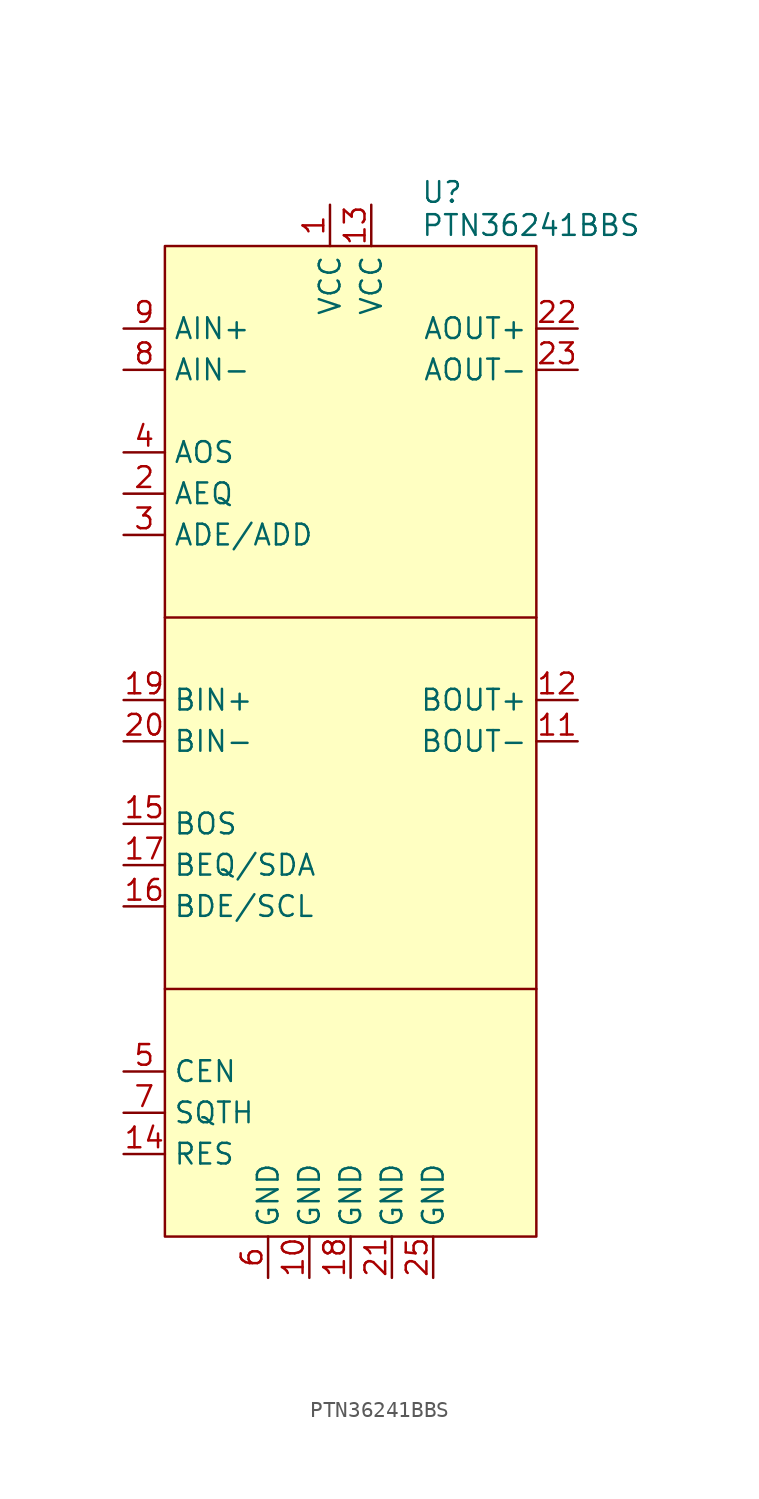
<source format=kicad_sym>
(kicad_symbol_lib
  (version 20231120)
  (generator "kicad_symbol_editor")
  (generator_version "8.0")
  (symbol "PTN36241BBS"
    (property "Reference" "U"
      (at 4.318 32.512 0)
      (effects (font (size 1.27 1.27)) (justify left)))
    (property "Value" "PTN36241BBS"
      (at 4.318 30.48 0)
      (effects (font (size 1.27 1.27)) (justify left)))
    (symbol "PTN36241BBS_0_1"
      (polyline (pts (xy -11.43 -16.51) (xy 11.43 -16.51)) (stroke (width 0) (type default)) (fill (type none)))
      (polyline (pts (xy -11.43 6.35) (xy 11.43 6.35)) (stroke (width 0) (type default)) (fill (type none))))
    (symbol "PTN36241BBS_1_1"
      (rectangle (start -11.43 29.21) (end 11.43 -31.75) (stroke (width 0) (type default)) (fill (type background)))
      (pin power_in line (at -1.27 31.75 270) (length 2.54) (name "VCC" (effects (font (size 1.27 1.27)))) (number "1" (effects (font (size 1.27 1.27)))))
      (pin power_in line (at -2.54 -34.29 90) (length 2.54) (name "GND" (effects (font (size 1.27 1.27)))) (number "10" (effects (font (size 1.27 1.27)))))
      (pin output line (at 13.97 -1.27 180) (length 2.54) (name "BOUT-" (effects (font (size 1.27 1.27)))) (number "11" (effects (font (size 1.27 1.27)))))
      (pin output line (at 13.97 1.27 180) (length 2.54) (name "BOUT+" (effects (font (size 1.27 1.27)))) (number "12" (effects (font (size 1.27 1.27)))))
      (pin power_in line (at 1.27 31.75 270) (length 2.54) (name "VCC" (effects (font (size 1.27 1.27)))) (number "13" (effects (font (size 1.27 1.27)))))
      (pin input line (at -13.97 -26.67 0) (length 2.54) (name "RES" (effects (font (size 1.27 1.27)))) (number "14" (effects (font (size 1.27 1.27)))))
      (pin input line (at -13.97 -6.35 0) (length 2.54) (name "BOS" (effects (font (size 1.27 1.27)))) (number "15" (effects (font (size 1.27 1.27)))))
      (pin input line (at -13.97 -11.43 0) (length 2.54) (name "BDE/SCL" (effects (font (size 1.27 1.27)))) (number "16" (effects (font (size 1.27 1.27)))))
      (pin input line (at -13.97 -8.89 0) (length 2.54) (name "BEQ/SDA" (effects (font (size 1.27 1.27)))) (number "17" (effects (font (size 1.27 1.27)))))
      (pin power_in line (at 0 -34.29 90) (length 2.54) (name "GND" (effects (font (size 1.27 1.27)))) (number "18" (effects (font (size 1.27 1.27)))))
      (pin input line (at -13.97 1.27 0) (length 2.54) (name "BIN+" (effects (font (size 1.27 1.27)))) (number "19" (effects (font (size 1.27 1.27)))))
      (pin input line (at -13.97 13.97 0) (length 2.54) (name "AEQ" (effects (font (size 1.27 1.27)))) (number "2" (effects (font (size 1.27 1.27)))))
      (pin input line (at -13.97 -1.27 0) (length 2.54) (name "BIN-" (effects (font (size 1.27 1.27)))) (number "20" (effects (font (size 1.27 1.27)))))
      (pin power_in line (at 2.54 -34.29 90) (length 2.54) (name "GND" (effects (font (size 1.27 1.27)))) (number "21" (effects (font (size 1.27 1.27)))))
      (pin output line (at 13.97 24.13 180) (length 2.54) (name "AOUT+" (effects (font (size 1.27 1.27)))) (number "22" (effects (font (size 1.27 1.27)))))
      (pin output line (at 13.97 21.59 180) (length 2.54) (name "AOUT-" (effects (font (size 1.27 1.27)))) (number "23" (effects (font (size 1.27 1.27)))))
      (pin no_connect line (at 13.97 -21.59 180) (length 2.54) hide (name "NC" (effects (font (size 1.27 1.27)))) (number "24" (effects (font (size 1.27 1.27)))))
      (pin power_in line (at 5.08 -34.29 90) (length 2.54) (name "GND" (effects (font (size 1.27 1.27)))) (number "25" (effects (font (size 1.27 1.27)))))
      (pin input line (at -13.97 11.43 0) (length 2.54) (name "ADE/ADD" (effects (font (size 1.27 1.27)))) (number "3" (effects (font (size 1.27 1.27)))))
      (pin input line (at -13.97 16.51 0) (length 2.54) (name "AOS" (effects (font (size 1.27 1.27)))) (number "4" (effects (font (size 1.27 1.27)))))
      (pin input line (at -13.97 -21.59 0) (length 2.54) (name "CEN" (effects (font (size 1.27 1.27)))) (number "5" (effects (font (size 1.27 1.27)))))
      (pin power_in line (at -5.08 -34.29 90) (length 2.54) (name "GND" (effects (font (size 1.27 1.27)))) (number "6" (effects (font (size 1.27 1.27)))))
      (pin input line (at -13.97 -24.13 0) (length 2.54) (name "SQTH" (effects (font (size 1.27 1.27)))) (number "7" (effects (font (size 1.27 1.27)))))
      (pin input line (at -13.97 21.59 0) (length 2.54) (name "AIN-" (effects (font (size 1.27 1.27)))) (number "8" (effects (font (size 1.27 1.27)))))
      (pin input line (at -13.97 24.13 0) (length 2.54) (name "AIN+" (effects (font (size 1.27 1.27)))) (number "9" (effects (font (size 1.27 1.27))))))))
</source>
